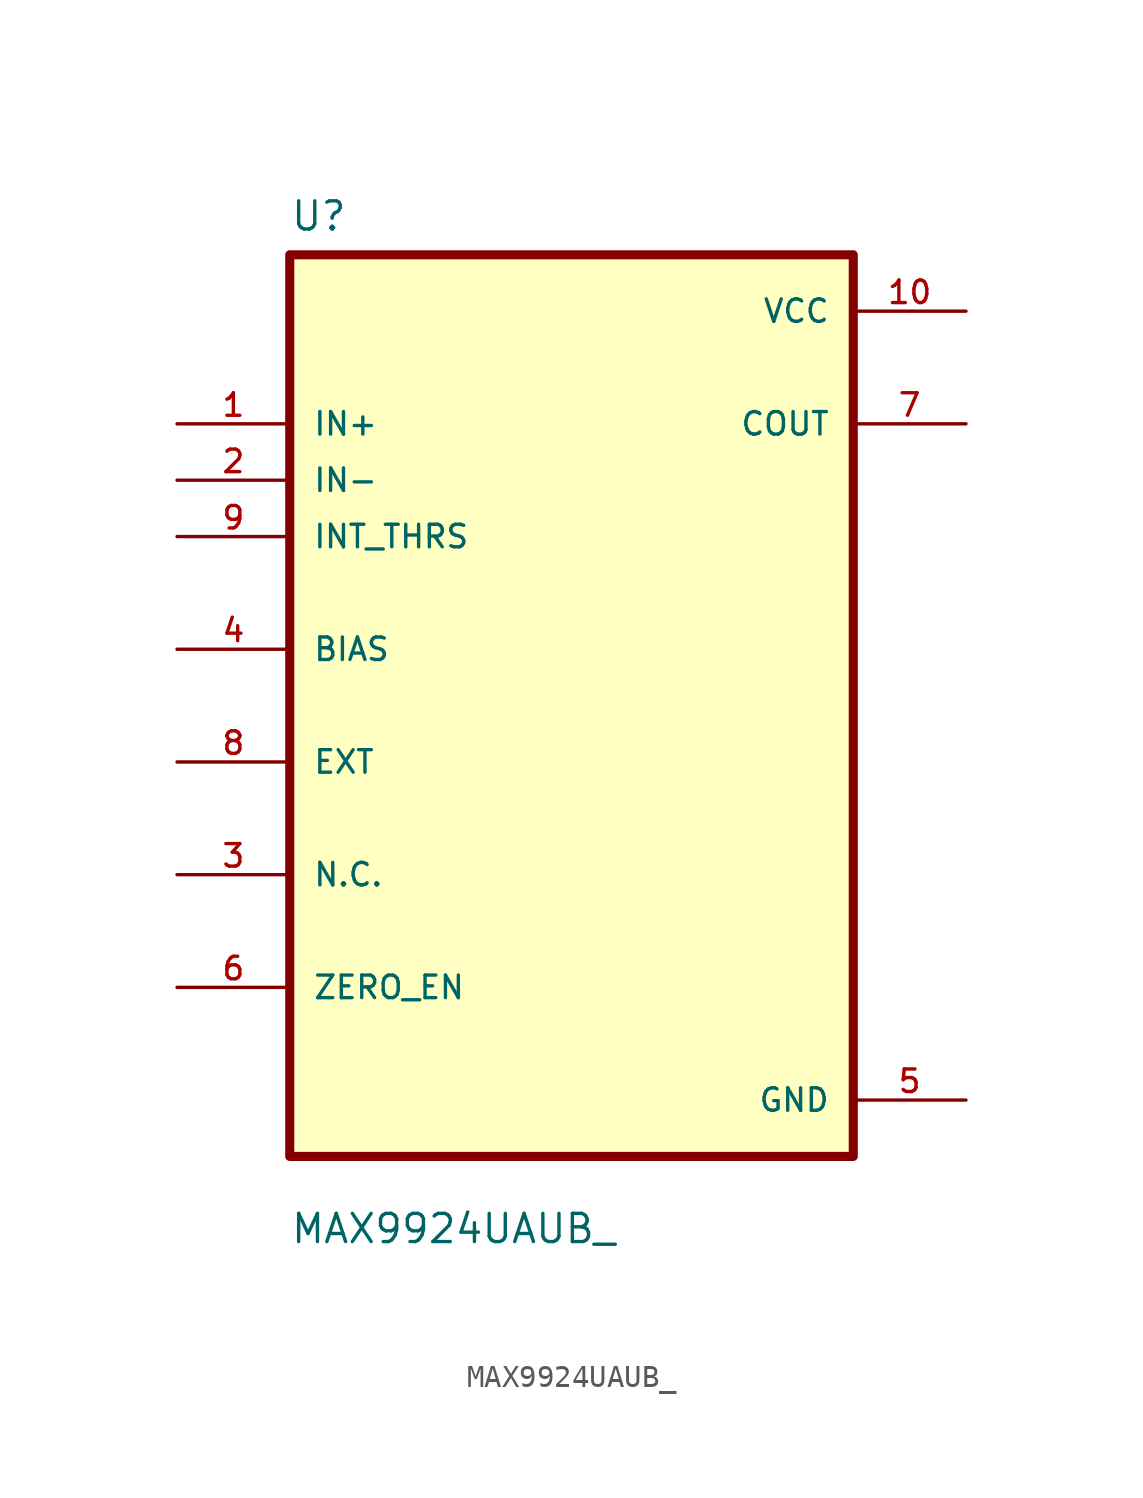
<source format=kicad_sym>
(kicad_symbol_lib
  (version 20231120)
  (generator "kicad_symbol_editor")
  (generator_version "8.99")
  (symbol "MAX9924UAUB_"
    (pin_names
      (offset 1.016))
    (property "Reference" "U"
      (at -12.7 21.32 0)
      (effects (font (size 1.27 1.27)) (justify left bottom)))
    (property "Value" "MAX9924UAUB_"
      (at -12.7 -24.32 0)
      (effects (font (size 1.27 1.27)) (justify left bottom)))
    (symbol "MAX9924UAUB__0_0"
      (rectangle (start -12.7 -20.32) (end 12.7 20.32) (stroke (width 0.41) (type default)) (fill (type background)))
      (pin input line (at -17.78 12.7 0) (length 5.08) (name "IN+" (effects (font (size 1.016 1.016)))) (number "1" (effects (font (size 1.016 1.016)))))
      (pin power_in line (at 17.78 17.78 180) (length 5.08) (name "VCC" (effects (font (size 1.016 1.016)))) (number "10" (effects (font (size 1.016 1.016)))))
      (pin input line (at -17.78 10.16 0) (length 5.08) (name "IN-" (effects (font (size 1.016 1.016)))) (number "2" (effects (font (size 1.016 1.016)))))
      (pin input line (at -17.78 7.62 0) (length 5.08) (name "INT_THRS" (effects (font (size 1.016 1.016)))) (number "9" (effects (font (size 1.016 1.016)))))
      (pin bidirectional line (at -17.78 2.54 0) (length 5.08) (name "BIAS" (effects (font (size 1.016 1.016)))) (number "4" (effects (font (size 1.016 1.016)))))
      (pin bidirectional line (at -17.78 -2.54 0) (length 5.08) (name "EXT" (effects (font (size 1.016 1.016)))) (number "8" (effects (font (size 1.016 1.016)))))
      (pin bidirectional line (at -17.78 -7.62 0) (length 5.08) (name "N.C." (effects (font (size 1.016 1.016)))) (number "3" (effects (font (size 1.016 1.016)))))
      (pin power_in line (at 17.78 -17.78 180) (length 5.08) (name "GND" (effects (font (size 1.016 1.016)))) (number "5" (effects (font (size 1.016 1.016)))))
      (pin bidirectional line (at -17.78 -12.7 0) (length 5.08) (name "ZERO_EN" (effects (font (size 1.016 1.016)))) (number "6" (effects (font (size 1.016 1.016)))))
      (pin output line (at 17.78 12.7 180) (length 5.08) (name "COUT" (effects (font (size 1.016 1.016)))) (number "7" (effects (font (size 1.016 1.016))))))))
</source>
